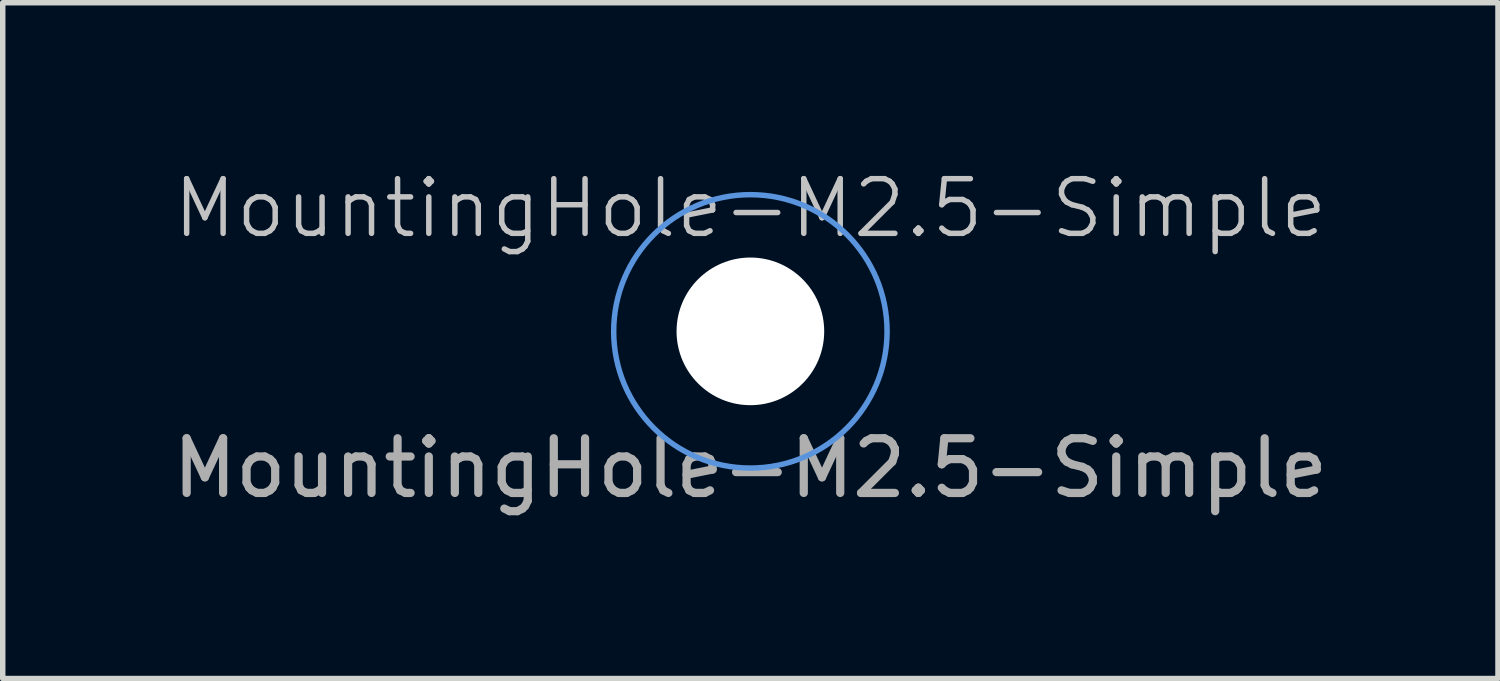
<source format=kicad_pcb>
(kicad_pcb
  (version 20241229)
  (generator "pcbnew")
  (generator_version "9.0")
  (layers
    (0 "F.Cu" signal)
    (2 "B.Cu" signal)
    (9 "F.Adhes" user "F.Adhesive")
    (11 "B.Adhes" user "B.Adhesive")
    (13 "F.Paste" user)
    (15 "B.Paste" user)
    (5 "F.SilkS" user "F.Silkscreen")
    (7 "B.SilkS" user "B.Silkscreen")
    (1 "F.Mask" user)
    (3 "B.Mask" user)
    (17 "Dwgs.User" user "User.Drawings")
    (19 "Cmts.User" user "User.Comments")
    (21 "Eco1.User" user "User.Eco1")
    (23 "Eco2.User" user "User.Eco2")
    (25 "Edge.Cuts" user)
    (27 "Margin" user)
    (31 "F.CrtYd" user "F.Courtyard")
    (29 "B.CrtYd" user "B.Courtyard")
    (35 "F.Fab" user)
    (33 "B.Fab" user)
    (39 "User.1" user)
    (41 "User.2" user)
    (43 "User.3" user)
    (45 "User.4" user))
  (footprint "MountingHole-M2.5-Simple"
    (layer "F.Cu")
    (at 10.673 3.01)
    (property "Reference" "MountingHole-M2.5-Simple" (at 0 -2.25 0) (unlocked yes) (layer "Dwgs.User") (effects (font (size 1 1) (thickness 0.1))))
    (attr smd)
    (fp_circle (center 0 0) (end 2.5 0) (stroke (width 0.1) (type solid)) (fill no) (layer "Cmts.User"))
    (fp_text user "${REFERENCE}" (at 0 2.5 0) (unlocked yes) (layer "F.Fab") (effects (font (size 1 1) (thickness 0.15))))
    (pad "" np_thru_hole circle (at 0 0) (size 2.7 2.7) (drill 2.7) (layers "*.Cu" "*.Mask")))
  (gr_rect
    (start -3 -3)
    (end 24.345 9.359)
    (stroke (width 0.1) (type default))
    (fill no)
    (layer "Edge.Cuts")))
</source>
